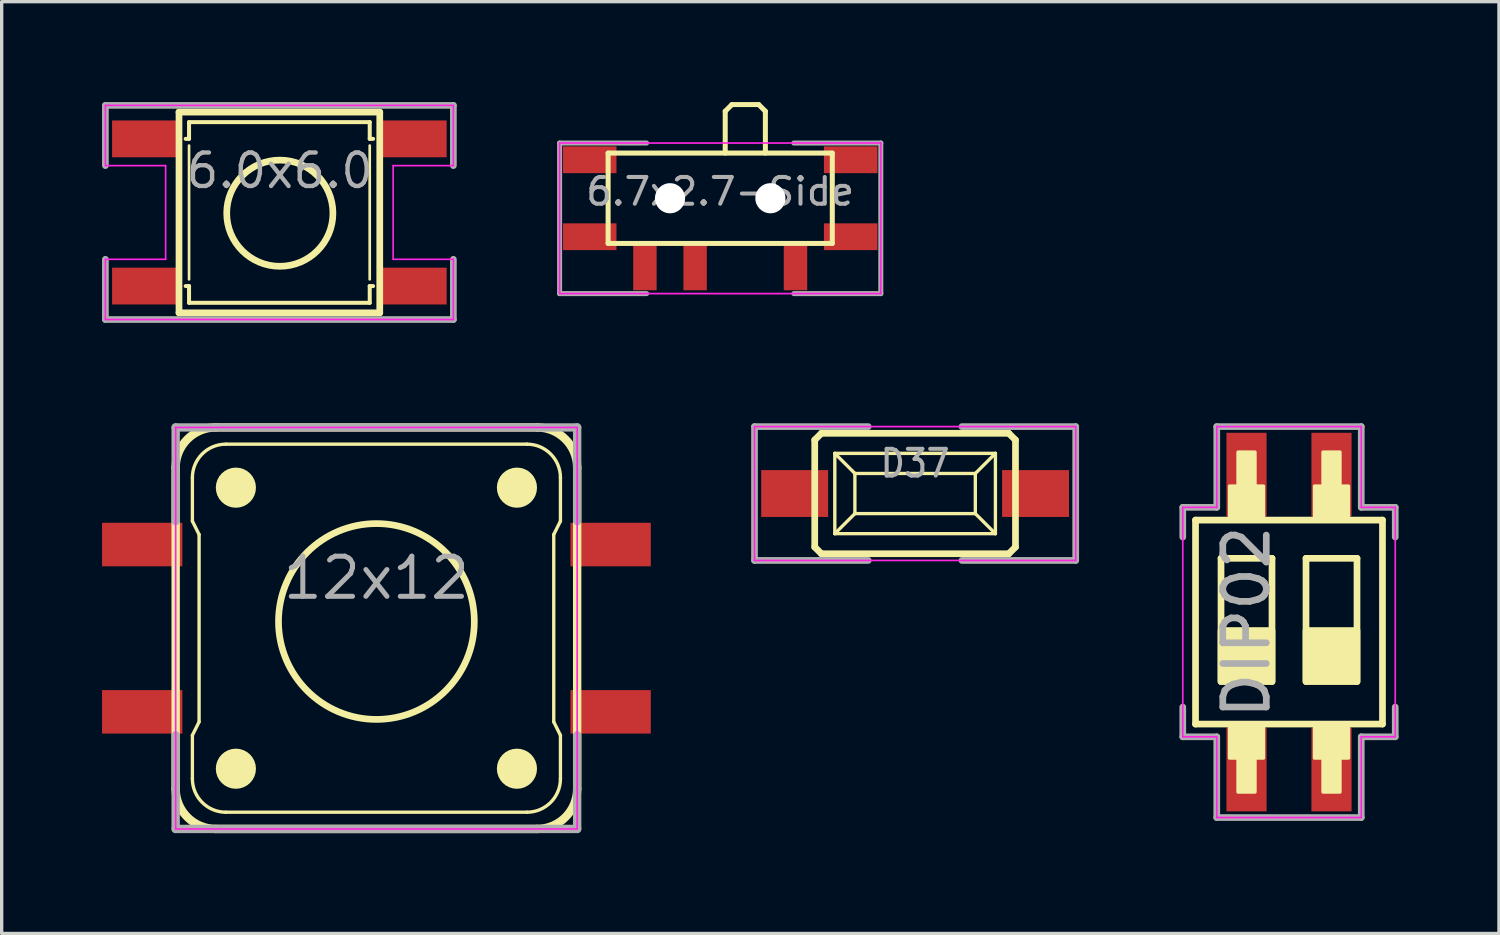
<source format=kicad_pcb>
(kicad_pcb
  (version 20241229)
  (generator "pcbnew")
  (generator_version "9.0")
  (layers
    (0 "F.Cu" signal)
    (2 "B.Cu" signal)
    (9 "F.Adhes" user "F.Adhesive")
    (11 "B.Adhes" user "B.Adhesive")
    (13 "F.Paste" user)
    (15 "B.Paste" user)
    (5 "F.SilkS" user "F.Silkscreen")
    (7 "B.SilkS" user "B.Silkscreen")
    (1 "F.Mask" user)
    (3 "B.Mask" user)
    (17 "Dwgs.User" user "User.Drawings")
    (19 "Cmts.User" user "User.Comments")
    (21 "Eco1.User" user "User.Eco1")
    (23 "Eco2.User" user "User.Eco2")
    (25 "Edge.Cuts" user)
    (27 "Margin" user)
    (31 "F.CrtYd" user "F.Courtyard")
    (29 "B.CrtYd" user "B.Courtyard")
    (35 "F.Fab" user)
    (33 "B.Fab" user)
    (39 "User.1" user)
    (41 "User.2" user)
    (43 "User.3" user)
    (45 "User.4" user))
  (footprint "6.7x2.7-Side"
    (layer "F.Cu")
    (at 18.475 2.875)
    (property "Reference" "6.7x2.7-Side" (at 0 -0.2 0) (layer "F.Fab") (effects (font (size 0.8 0.8) (thickness 0.12))))
    (attr through_hole)
    (fp_line (start -3.35 -1.35) (end -3.35 1.35) (stroke (width 0.15) (type solid)) (layer "F.SilkS"))
    (fp_line (start -3.35 -1.35) (end 3.35 -1.35) (stroke (width 0.15) (type solid)) (layer "F.SilkS"))
    (fp_line (start -3.35 1.35) (end 3.35 1.35) (stroke (width 0.15) (type solid)) (layer "F.SilkS"))
    (fp_line (start 0.15 -2.6) (end 0.35 -2.8) (stroke (width 0.15) (type solid)) (layer "F.SilkS"))
    (fp_line (start 0.15 -1.35) (end 0.15 -2.6) (stroke (width 0.15) (type solid)) (layer "F.SilkS"))
    (fp_line (start 0.35 -2.8) (end 1.15 -2.8) (stroke (width 0.15) (type solid)) (layer "F.SilkS"))
    (fp_line (start 1.35 -2.6) (end 1.15 -2.8) (stroke (width 0.15) (type solid)) (layer "F.SilkS"))
    (fp_line (start 1.35 -2.6) (end 1.35 -1.35) (stroke (width 0.15) (type solid)) (layer "F.SilkS"))
    (fp_line (start 3.35 -1.35) (end 3.35 1.35) (stroke (width 0.15) (type solid)) (layer "F.SilkS"))
    (fp_line (start -4.8 -1.65) (end 4.8 -1.65) (stroke (width 0.05) (type solid)) (layer "F.CrtYd"))
    (fp_line (start -4.8 2.85) (end -4.8 -1.65) (stroke (width 0.05) (type solid)) (layer "F.CrtYd"))
    (fp_line (start 4.8 2.85) (end -4.8 2.85) (stroke (width 0.05) (type solid)) (layer "F.CrtYd"))
    (fp_line (start 4.8 2.85) (end 4.8 -1.65) (stroke (width 0.05) (type solid)) (layer "F.CrtYd"))
    (fp_line (start -4.8 -1.65) (end -2.2 -1.65) (stroke (width 0.15) (type solid)) (layer "F.Fab"))
    (fp_line (start -4.8 2.85) (end -4.8 -1.65) (stroke (width 0.15) (type solid)) (layer "F.Fab"))
    (fp_line (start -4.8 2.85) (end -2.2 2.85) (stroke (width 0.15) (type solid)) (layer "F.Fab"))
    (fp_line (start 2.2 -1.65) (end 4.8 -1.65) (stroke (width 0.15) (type solid)) (layer "F.Fab"))
    (fp_line (start 2.2 2.85) (end 4.8 2.85) (stroke (width 0.15) (type solid)) (layer "F.Fab"))
    (fp_line (start 4.8 2.85) (end 4.8 -1.65) (stroke (width 0.15) (type solid)) (layer "F.Fab"))
    (pad "" np_thru_hole circle (at -1.5 0) (size 0.9 0.9) (drill 0.9) (layers "*.Cu" "*.Mask"))
    (pad "" np_thru_hole circle (at 1.5 0) (size 0.9 0.9) (drill 0.9) (layers "*.Cu" "*.Mask"))
    (pad "0" smd rect (at -3.9 -1.15) (size 1.6 0.8) (layers "F.Cu" "F.Mask" "F.Paste"))
    (pad "0" smd rect (at -3.9 1.15) (size 1.6 0.8) (layers "F.Cu" "F.Mask" "F.Paste"))
    (pad "0" smd rect (at 3.9 -1.15) (size 1.6 0.8) (layers "F.Cu" "F.Mask" "F.Paste"))
    (pad "0" smd rect (at 3.9 1.15) (size 1.6 0.8) (layers "F.Cu" "F.Mask" "F.Paste"))
    (pad "1" smd rect (at 2.25 2.05) (size 0.7 1.4) (layers "F.Cu" "F.Mask" "F.Paste"))
    (pad "2" smd rect (at -0.75 2.05) (size 0.7 1.4) (layers "F.Cu" "F.Mask" "F.Paste"))
    (pad "3" smd rect (at -2.25 2.05) (size 0.7 1.4) (layers "F.Cu" "F.Mask" "F.Paste")))
  (footprint "DIP02"
    (layer "F.Cu")
    (at 35.475 15.542)
    (property "Reference" "DIP02" (at -1.27 0 270) (layer "F.Fab") (effects (font (size 1.3 1.3) (thickness 0.2))))
    (attr through_hole)
    (fp_line (start -2.794 -3.048) (end -2.794 3.048) (stroke (width 0.2) (type solid)) (layer "F.SilkS"))
    (fp_line (start -2.794 3.048) (end 2.794 3.048) (stroke (width 0.2) (type solid)) (layer "F.SilkS"))
    (fp_line (start -2.032 -1.905) (end -0.508 -1.905) (stroke (width 0.2) (type solid)) (layer "F.SilkS"))
    (fp_line (start -2.032 1.778) (end -2.032 -1.905) (stroke (width 0.2) (type solid)) (layer "F.SilkS"))
    (fp_line (start -0.508 -1.905) (end -0.508 1.778) (stroke (width 0.2) (type solid)) (layer "F.SilkS"))
    (fp_line (start 0.508 -1.905) (end 2.032 -1.905) (stroke (width 0.2) (type solid)) (layer "F.SilkS"))
    (fp_line (start 0.508 1.778) (end 0.508 -1.905) (stroke (width 0.2) (type solid)) (layer "F.SilkS"))
    (fp_line (start 2.032 -1.905) (end 2.032 1.778) (stroke (width 0.2) (type solid)) (layer "F.SilkS"))
    (fp_line (start 2.794 -3.048) (end -2.794 -3.048) (stroke (width 0.2) (type solid)) (layer "F.SilkS"))
    (fp_line (start 2.794 -3.048) (end 2.794 3.048) (stroke (width 0.2) (type solid)) (layer "F.SilkS"))
    (fp_poly (pts (xy -0.508 1.778) (xy -2.032 1.778) (xy -2.032 0.254) (xy -0.508 0.254)) (stroke (width 0.2) (type solid)) (fill yes) (layer "F.SilkS"))
    (fp_poly (pts (xy 2.032 1.778) (xy 0.508 1.778) (xy 0.508 0.254) (xy 2.032 0.254)) (stroke (width 0.2) (type solid)) (fill yes) (layer "F.SilkS"))
    (fp_poly (pts (xy -1.524 4.064) (xy -1.778 4.064) (xy -1.778 3.048) (xy -0.762 3.048) (xy -0.762 4.064) (xy -1.016 4.064) (xy -1.016 5.08) (xy -1.524 5.08)) (stroke (width 0.1) (type solid)) (fill yes) (layer "F.SilkS"))
    (fp_poly (pts (xy -1.016 -4.064) (xy -0.762 -4.064) (xy -0.762 -3.048) (xy -1.778 -3.048) (xy -1.778 -4.064) (xy -1.524 -4.064) (xy -1.524 -5.08) (xy -1.016 -5.08)) (stroke (width 0.1) (type solid)) (fill yes) (layer "F.SilkS"))
    (fp_poly (pts (xy 1.016 4.064) (xy 0.762 4.064) (xy 0.762 3.048) (xy 1.778 3.048) (xy 1.778 4.064) (xy 1.524 4.064) (xy 1.524 5.08) (xy 1.016 5.08)) (stroke (width 0.1) (type solid)) (fill yes) (layer "F.SilkS"))
    (fp_poly (pts (xy 1.524 -4.064) (xy 1.778 -4.064) (xy 1.778 -3.048) (xy 0.762 -3.048) (xy 0.762 -4.064) (xy 1.016 -4.064) (xy 1.016 -5.08) (xy 1.524 -5.08)) (stroke (width 0.1) (type solid)) (fill yes) (layer "F.SilkS"))
    (fp_line (start -3.175 3.429) (end -3.175 -3.429) (stroke (width 0.05) (type solid)) (layer "F.CrtYd"))
    (fp_line (start -2.159 -3.429) (end -3.175 -3.429) (stroke (width 0.05) (type solid)) (layer "F.CrtYd"))
    (fp_line (start -2.159 -3.429) (end -2.159 -5.842) (stroke (width 0.05) (type solid)) (layer "F.CrtYd"))
    (fp_line (start -2.159 3.429) (end -3.175 3.429) (stroke (width 0.05) (type solid)) (layer "F.CrtYd"))
    (fp_line (start -2.159 5.842) (end -2.159 3.429) (stroke (width 0.05) (type solid)) (layer "F.CrtYd"))
    (fp_line (start 2.159 -5.842) (end -2.159 -5.842) (stroke (width 0.05) (type solid)) (layer "F.CrtYd"))
    (fp_line (start 2.159 -3.429) (end 2.159 -5.842) (stroke (width 0.05) (type solid)) (layer "F.CrtYd"))
    (fp_line (start 2.159 5.842) (end -2.159 5.842) (stroke (width 0.05) (type solid)) (layer "F.CrtYd"))
    (fp_line (start 2.159 5.842) (end 2.159 3.429) (stroke (width 0.05) (type solid)) (layer "F.CrtYd"))
    (fp_line (start 3.175 -3.429) (end 2.159 -3.429) (stroke (width 0.05) (type solid)) (layer "F.CrtYd"))
    (fp_line (start 3.175 3.429) (end 2.159 3.429) (stroke (width 0.05) (type solid)) (layer "F.CrtYd"))
    (fp_line (start 3.175 3.429) (end 3.175 -3.429) (stroke (width 0.05) (type solid)) (layer "F.CrtYd"))
    (fp_line (start -3.175 -3.429) (end -3.175 -2.54) (stroke (width 0.2) (type solid)) (layer "F.Fab"))
    (fp_line (start -3.175 2.54) (end -3.175 3.429) (stroke (width 0.2) (type solid)) (layer "F.Fab"))
    (fp_line (start -2.159 -5.842) (end -2.159 -3.429) (stroke (width 0.2) (type solid)) (layer "F.Fab"))
    (fp_line (start -2.159 -5.842) (end 2.159 -5.842) (stroke (width 0.2) (type solid)) (layer "F.Fab"))
    (fp_line (start -2.159 -3.429) (end -3.175 -3.429) (stroke (width 0.2) (type solid)) (layer "F.Fab"))
    (fp_line (start -2.159 3.429) (end -3.175 3.429) (stroke (width 0.2) (type solid)) (layer "F.Fab"))
    (fp_line (start -2.159 3.429) (end -2.159 5.842) (stroke (width 0.2) (type solid)) (layer "F.Fab"))
    (fp_line (start -2.159 5.842) (end 2.159 5.842) (stroke (width 0.2) (type solid)) (layer "F.Fab"))
    (fp_line (start 2.159 -5.842) (end 2.159 -3.429) (stroke (width 0.2) (type solid)) (layer "F.Fab"))
    (fp_line (start 2.159 3.429) (end 2.159 5.842) (stroke (width 0.2) (type solid)) (layer "F.Fab"))
    (fp_line (start 3.175 -3.429) (end 2.159 -3.429) (stroke (width 0.2) (type solid)) (layer "F.Fab"))
    (fp_line (start 3.175 -3.429) (end 3.175 -2.54) (stroke (width 0.2) (type solid)) (layer "F.Fab"))
    (fp_line (start 3.175 2.54) (end 3.175 3.429) (stroke (width 0.2) (type solid)) (layer "F.Fab"))
    (fp_line (start 3.175 3.429) (end 2.159 3.429) (stroke (width 0.2) (type solid)) (layer "F.Fab"))
    (pad "1" smd rect (at -1.27 4.407) (size 1.2 2.5) (layers "F.Cu" "F.Mask" "F.Paste"))
    (pad "2" smd rect (at -1.27 -4.407) (size 1.2 2.5) (layers "F.Cu" "F.Mask" "F.Paste"))
    (pad "3" smd rect (at 1.27 4.407) (size 1.2 2.5) (layers "F.Cu" "F.Mask" "F.Paste"))
    (pad "4" smd rect (at 1.27 -4.407) (size 1.2 2.5) (layers "F.Cu" "F.Mask" "F.Paste")))
  (footprint "12x12"
    (layer "F.Cu")
    (at 8.2 15.725)
    (property "Reference" "12x12" (at 0 -1.5 0) (layer "F.Fab") (effects (font (size 1.2 1.2) (thickness 0.15))))
    (attr through_hole)
    (fp_line (start -6 4.8) (end -6 -4.8) (stroke (width 0.25) (type solid)) (layer "F.SilkS"))
    (fp_line (start -5.5 -4.5) (end -5.5 -3.2) (stroke (width 0.1) (type solid)) (layer "F.SilkS"))
    (fp_line (start -5.5 -3.2) (end -5.3 -2.8) (stroke (width 0.1) (type solid)) (layer "F.SilkS"))
    (fp_line (start -5.5 3.2) (end -5.5 4.5) (stroke (width 0.1) (type solid)) (layer "F.SilkS"))
    (fp_line (start -5.3 -2.8) (end -5.3 2.8) (stroke (width 0.1) (type solid)) (layer "F.SilkS"))
    (fp_line (start -5.3 2.8) (end -5.5 3.2) (stroke (width 0.1) (type solid)) (layer "F.SilkS"))
    (fp_line (start -4.8 -6) (end 4.8 -6) (stroke (width 0.25) (type solid)) (layer "F.SilkS"))
    (fp_line (start -4.8 6) (end 4.8 6) (stroke (width 0.25) (type solid)) (layer "F.SilkS"))
    (fp_line (start -4.5 -5.5) (end 4.5 -5.5) (stroke (width 0.1) (type solid)) (layer "F.SilkS"))
    (fp_line (start -4.5 5.5) (end 4.5 5.5) (stroke (width 0.1) (type solid)) (layer "F.SilkS"))
    (fp_line (start 5.3 -2.8) (end 5.3 2.8) (stroke (width 0.1) (type solid)) (layer "F.SilkS"))
    (fp_line (start 5.3 2.8) (end 5.5 3.2) (stroke (width 0.1) (type solid)) (layer "F.SilkS"))
    (fp_line (start 5.5 -4.5) (end 5.5 -3.2) (stroke (width 0.1) (type solid)) (layer "F.SilkS"))
    (fp_line (start 5.5 -3.2) (end 5.3 -2.8) (stroke (width 0.1) (type solid)) (layer "F.SilkS"))
    (fp_line (start 5.5 3.2) (end 5.5 4.5) (stroke (width 0.1) (type solid)) (layer "F.SilkS"))
    (fp_line (start 6 4.8) (end 6 -4.8) (stroke (width 0.25) (type solid)) (layer "F.SilkS"))
    (fp_arc (start -6 -4.8) (mid -5.648528 -5.648528) (end -4.8 -6) (stroke (width 0.25) (type solid)) (layer "F.SilkS"))
    (fp_arc (start -5.5 -4.5) (mid -5.207107 -5.207107) (end -4.5 -5.5) (stroke (width 0.1) (type solid)) (layer "F.SilkS"))
    (fp_arc (start -4.8 6) (mid -5.648528 5.648528) (end -6 4.8) (stroke (width 0.25) (type solid)) (layer "F.SilkS"))
    (fp_arc (start -4.5 5.5) (mid -5.207107 5.207107) (end -5.5 4.5) (stroke (width 0.1) (type solid)) (layer "F.SilkS"))
    (fp_arc (start 4.5 -5.5) (mid 5.207107 -5.207107) (end 5.5 -4.5) (stroke (width 0.1) (type solid)) (layer "F.SilkS"))
    (fp_arc (start 4.8 -6) (mid 5.648528 -5.648528) (end 6 -4.8) (stroke (width 0.25) (type solid)) (layer "F.SilkS"))
    (fp_arc (start 5.5 4.5) (mid 5.207107 5.207107) (end 4.5 5.5) (stroke (width 0.1) (type solid)) (layer "F.SilkS"))
    (fp_arc (start 6 4.8) (mid 5.648528 5.648528) (end 4.8 6) (stroke (width 0.25) (type solid)) (layer "F.SilkS"))
    (fp_circle (center -4.2 -4.2) (end -3.9 -4.2) (stroke (width 0.6) (type solid)) (fill no) (layer "F.SilkS"))
    (fp_circle (center -4.2 4.2) (end -3.9 4.2) (stroke (width 0.6) (type solid)) (fill no) (layer "F.SilkS"))
    (fp_circle (center 0 -0.2) (end 1 2.55) (stroke (width 0.2) (type solid)) (fill no) (layer "F.SilkS"))
    (fp_circle (center 4.2 -4.2) (end 4.5 -4.2) (stroke (width 0.6) (type solid)) (fill no) (layer "F.SilkS"))
    (fp_circle (center 4.2 4.2) (end 4.5 4.2) (stroke (width 0.6) (type solid)) (fill no) (layer "F.SilkS"))
    (fp_line (start -6 -6) (end -6 6) (stroke (width 0.05) (type solid)) (layer "F.CrtYd"))
    (fp_line (start -6 -6) (end 6 -6) (stroke (width 0.05) (type solid)) (layer "F.CrtYd"))
    (fp_line (start -6 6) (end 6 6) (stroke (width 0.05) (type solid)) (layer "F.CrtYd"))
    (fp_line (start 6 -6) (end 6 6) (stroke (width 0.05) (type solid)) (layer "F.CrtYd"))
    (fp_line (start -6 -3.2) (end -6 -6) (stroke (width 0.25) (type solid)) (layer "F.Fab"))
    (fp_line (start -6 6) (end -6 3.2) (stroke (width 0.25) (type solid)) (layer "F.Fab"))
    (fp_line (start 6 -6) (end -6 -6) (stroke (width 0.25) (type solid)) (layer "F.Fab"))
    (fp_line (start 6 -3.2) (end 6 -6) (stroke (width 0.25) (type solid)) (layer "F.Fab"))
    (fp_line (start 6 6) (end -6 6) (stroke (width 0.25) (type solid)) (layer "F.Fab"))
    (fp_line (start 6 6) (end 6 3.2) (stroke (width 0.25) (type solid)) (layer "F.Fab"))
    (pad "1" smd rect (at -7 -2.5) (size 2.4 1.3) (layers "F.Cu" "F.Mask" "F.Paste"))
    (pad "2" smd rect (at -7 2.5) (size 2.4 1.3) (layers "F.Cu" "F.Mask" "F.Paste"))
    (pad "3" smd rect (at 7 -2.5) (size 2.4 1.3) (layers "F.Cu" "F.Mask" "F.Paste"))
    (pad "4" smd rect (at 7 2.5) (size 2.4 1.3) (layers "F.Cu" "F.Mask" "F.Paste")))
  (footprint "D37"
    (layer "F.Cu")
    (at 24.3 11.7)
    (property "Reference" "D37" (at 0 -0.9 0) (layer "F.Fab") (effects (font (size 0.8 0.7) (thickness 0.12))))
    (attr through_hole)
    (fp_line (start -3 -1.6) (end -2.8 -1.8) (stroke (width 0.2) (type solid)) (layer "F.SilkS"))
    (fp_line (start -3 1.6) (end -3 -1.6) (stroke (width 0.2) (type solid)) (layer "F.SilkS"))
    (fp_line (start -2.8 -1.8) (end 2.8 -1.8) (stroke (width 0.2) (type solid)) (layer "F.SilkS"))
    (fp_line (start -2.8 1.8) (end -3 1.6) (stroke (width 0.2) (type solid)) (layer "F.SilkS"))
    (fp_line (start -2.4 -1.2) (end 2.4 -1.2) (stroke (width 0.1) (type solid)) (layer "F.SilkS"))
    (fp_line (start -2.4 1.2) (end -2.4 -1.2) (stroke (width 0.1) (type solid)) (layer "F.SilkS"))
    (fp_line (start -1.8 -0.6) (end -2.4 -1.2) (stroke (width 0.1) (type solid)) (layer "F.SilkS"))
    (fp_line (start -1.8 -0.6) (end 1.8 -0.6) (stroke (width 0.1) (type solid)) (layer "F.SilkS"))
    (fp_line (start -1.8 0.6) (end -2.4 1.2) (stroke (width 0.1) (type solid)) (layer "F.SilkS"))
    (fp_line (start -1.8 0.6) (end -1.8 -0.6) (stroke (width 0.1) (type solid)) (layer "F.SilkS"))
    (fp_line (start 1.8 -0.6) (end 1.8 0.6) (stroke (width 0.1) (type solid)) (layer "F.SilkS"))
    (fp_line (start 1.8 0.6) (end -1.8 0.6) (stroke (width 0.1) (type solid)) (layer "F.SilkS"))
    (fp_line (start 1.8 0.6) (end 2.4 1.2) (stroke (width 0.1) (type solid)) (layer "F.SilkS"))
    (fp_line (start 2.4 -1.2) (end 1.8 -0.6) (stroke (width 0.1) (type solid)) (layer "F.SilkS"))
    (fp_line (start 2.4 -1.2) (end 2.4 1.2) (stroke (width 0.1) (type solid)) (layer "F.SilkS"))
    (fp_line (start 2.4 1.2) (end -2.4 1.2) (stroke (width 0.1) (type solid)) (layer "F.SilkS"))
    (fp_line (start 2.8 -1.8) (end 3 -1.6) (stroke (width 0.2) (type solid)) (layer "F.SilkS"))
    (fp_line (start 2.8 1.8) (end -2.8 1.8) (stroke (width 0.2) (type solid)) (layer "F.SilkS"))
    (fp_line (start 3 -1.6) (end 3 1.6) (stroke (width 0.2) (type solid)) (layer "F.SilkS"))
    (fp_line (start 3 1.6) (end 2.8 1.8) (stroke (width 0.2) (type solid)) (layer "F.SilkS"))
    (fp_line (start -4.8 -2) (end 4.8 -2) (stroke (width 0.05) (type solid)) (layer "F.CrtYd"))
    (fp_line (start -4.8 2) (end -4.8 -2) (stroke (width 0.05) (type solid)) (layer "F.CrtYd"))
    (fp_line (start 4.8 -2) (end 4.8 2) (stroke (width 0.05) (type solid)) (layer "F.CrtYd"))
    (fp_line (start 4.8 2) (end -4.8 2) (stroke (width 0.05) (type solid)) (layer "F.CrtYd"))
    (fp_line (start -4.8 -2) (end -4.8 2) (stroke (width 0.2) (type solid)) (layer "F.Fab"))
    (fp_line (start -4.8 -2) (end -1.4 -2) (stroke (width 0.2) (type solid)) (layer "F.Fab"))
    (fp_line (start -4.8 2) (end -1.4 2) (stroke (width 0.2) (type solid)) (layer "F.Fab"))
    (fp_line (start 1.4 -2) (end 4.8 -2) (stroke (width 0.2) (type solid)) (layer "F.Fab"))
    (fp_line (start 1.4 2) (end 4.8 2) (stroke (width 0.2) (type solid)) (layer "F.Fab"))
    (fp_line (start 4.8 -2) (end 4.8 2) (stroke (width 0.2) (type solid)) (layer "F.Fab"))
    (pad "1" smd rect (at -3.6 0) (size 2 1.4) (layers "F.Cu" "F.Mask" "F.Paste"))
    (pad "2" smd rect (at 3.6 0) (size 2 1.4) (layers "F.Cu" "F.Mask" "F.Paste")))
  (footprint "6.0x6.0"
    (layer "F.Cu")
    (at 5.3 3.3)
    (property "Reference" "6.0x6.0" (at 0.013 -1.248 0) (layer "F.Fab") (effects (font (size 1 1) (thickness 0.13))))
    (attr through_hole)
    (fp_line (start -3 -3) (end -3 3) (stroke (width 0.2) (type solid)) (layer "F.SilkS"))
    (fp_line (start -3 3) (end 3 3) (stroke (width 0.2) (type solid)) (layer "F.SilkS"))
    (fp_line (start -2.8 -2.2) (end -2.7 -2.2) (stroke (width 0.12) (type solid)) (layer "F.SilkS"))
    (fp_line (start -2.8 2.2) (end -2.7 2.2) (stroke (width 0.12) (type solid)) (layer "F.SilkS"))
    (fp_line (start -2.7 -2.7) (end 2.7 -2.7) (stroke (width 0.12) (type solid)) (layer "F.SilkS"))
    (fp_line (start -2.7 -2.2) (end -2.7 -2.7) (stroke (width 0.12) (type solid)) (layer "F.SilkS"))
    (fp_line (start -2.7 -2) (end -2.7 2) (stroke (width 0.08) (type solid)) (layer "F.SilkS"))
    (fp_line (start -2.7 2.2) (end -2.7 2.7) (stroke (width 0.12) (type solid)) (layer "F.SilkS"))
    (fp_line (start -2.7 2.7) (end 2.7 2.7) (stroke (width 0.12) (type solid)) (layer "F.SilkS"))
    (fp_line (start 2.7 -2.7) (end 2.7 -2.2) (stroke (width 0.12) (type solid)) (layer "F.SilkS"))
    (fp_line (start 2.7 -2.2) (end 2.8 -2.2) (stroke (width 0.12) (type solid)) (layer "F.SilkS"))
    (fp_line (start 2.7 -2) (end 2.7 2) (stroke (width 0.08) (type solid)) (layer "F.SilkS"))
    (fp_line (start 2.7 2.2) (end 2.8 2.2) (stroke (width 0.12) (type solid)) (layer "F.SilkS"))
    (fp_line (start 2.7 2.7) (end 2.7 2.2) (stroke (width 0.12) (type solid)) (layer "F.SilkS"))
    (fp_line (start 3 -3) (end -3 -3) (stroke (width 0.2) (type solid)) (layer "F.SilkS"))
    (fp_line (start 3 3) (end 3 -3) (stroke (width 0.2) (type solid)) (layer "F.SilkS"))
    (fp_circle (center 0.013 0.022) (end 1.6 0.022) (stroke (width 0.2) (type solid)) (fill no) (layer "F.SilkS"))
    (fp_line (start -5.2 -3.2) (end 5.2 -3.2) (stroke (width 0.05) (type solid)) (layer "F.CrtYd"))
    (fp_line (start -5.2 -1.4) (end -5.2 -3.2) (stroke (width 0.05) (type solid)) (layer "F.CrtYd"))
    (fp_line (start -5.2 -1.4) (end -3.4 -1.4) (stroke (width 0.05) (type solid)) (layer "F.CrtYd"))
    (fp_line (start -5.2 1.4) (end -3.4 1.4) (stroke (width 0.05) (type solid)) (layer "F.CrtYd"))
    (fp_line (start -5.2 3.2) (end -5.2 1.4) (stroke (width 0.05) (type solid)) (layer "F.CrtYd"))
    (fp_line (start -3.4 -1.4) (end -3.4 1.4) (stroke (width 0.05) (type solid)) (layer "F.CrtYd"))
    (fp_line (start 3.4 -1.4) (end 3.4 1.4) (stroke (width 0.05) (type solid)) (layer "F.CrtYd"))
    (fp_line (start 3.4 -1.4) (end 5.2 -1.4) (stroke (width 0.05) (type solid)) (layer "F.CrtYd"))
    (fp_line (start 3.4 1.4) (end 5.2 1.4) (stroke (width 0.05) (type solid)) (layer "F.CrtYd"))
    (fp_line (start 5.2 -1.4) (end 5.2 -3.2) (stroke (width 0.05) (type solid)) (layer "F.CrtYd"))
    (fp_line (start 5.2 3.2) (end -5.2 3.2) (stroke (width 0.05) (type solid)) (layer "F.CrtYd"))
    (fp_line (start 5.2 3.2) (end 5.2 1.4) (stroke (width 0.05) (type solid)) (layer "F.CrtYd"))
    (fp_line (start -5.2 -3.2) (end 5.2 -3.2) (stroke (width 0.2) (type solid)) (layer "F.Fab"))
    (fp_line (start -5.2 -1.4) (end -5.2 -3.2) (stroke (width 0.2) (type solid)) (layer "F.Fab"))
    (fp_line (start -5.2 3.2) (end -5.2 1.4) (stroke (width 0.2) (type solid)) (layer "F.Fab"))
    (fp_line (start 5.2 -1.4) (end 5.2 -3.2) (stroke (width 0.2) (type solid)) (layer "F.Fab"))
    (fp_line (start 5.2 1.4) (end 5.2 3.2) (stroke (width 0.2) (type solid)) (layer "F.Fab"))
    (fp_line (start 5.2 3.2) (end -5.2 3.2) (stroke (width 0.2) (type solid)) (layer "F.Fab"))
    (pad "1" smd rect (at -4 -2.2 90) (size 1.1 2) (layers "F.Cu" "F.Mask" "F.Paste"))
    (pad "2" smd rect (at -4 2.2 90) (size 1.1 2) (layers "F.Cu" "F.Mask" "F.Paste"))
    (pad "3" smd rect (at 4 -2.2 90) (size 1.1 2) (layers "F.Cu" "F.Mask" "F.Paste"))
    (pad "4" smd rect (at 4 2.2 90) (size 1.1 2) (layers "F.Cu" "F.Mask" "F.Paste")))
  (gr_rect
    (start -3 -3)
    (end 41.75 24.85)
    (stroke (width 0.1) (type default))
    (fill no)
    (layer "Edge.Cuts")))
</source>
